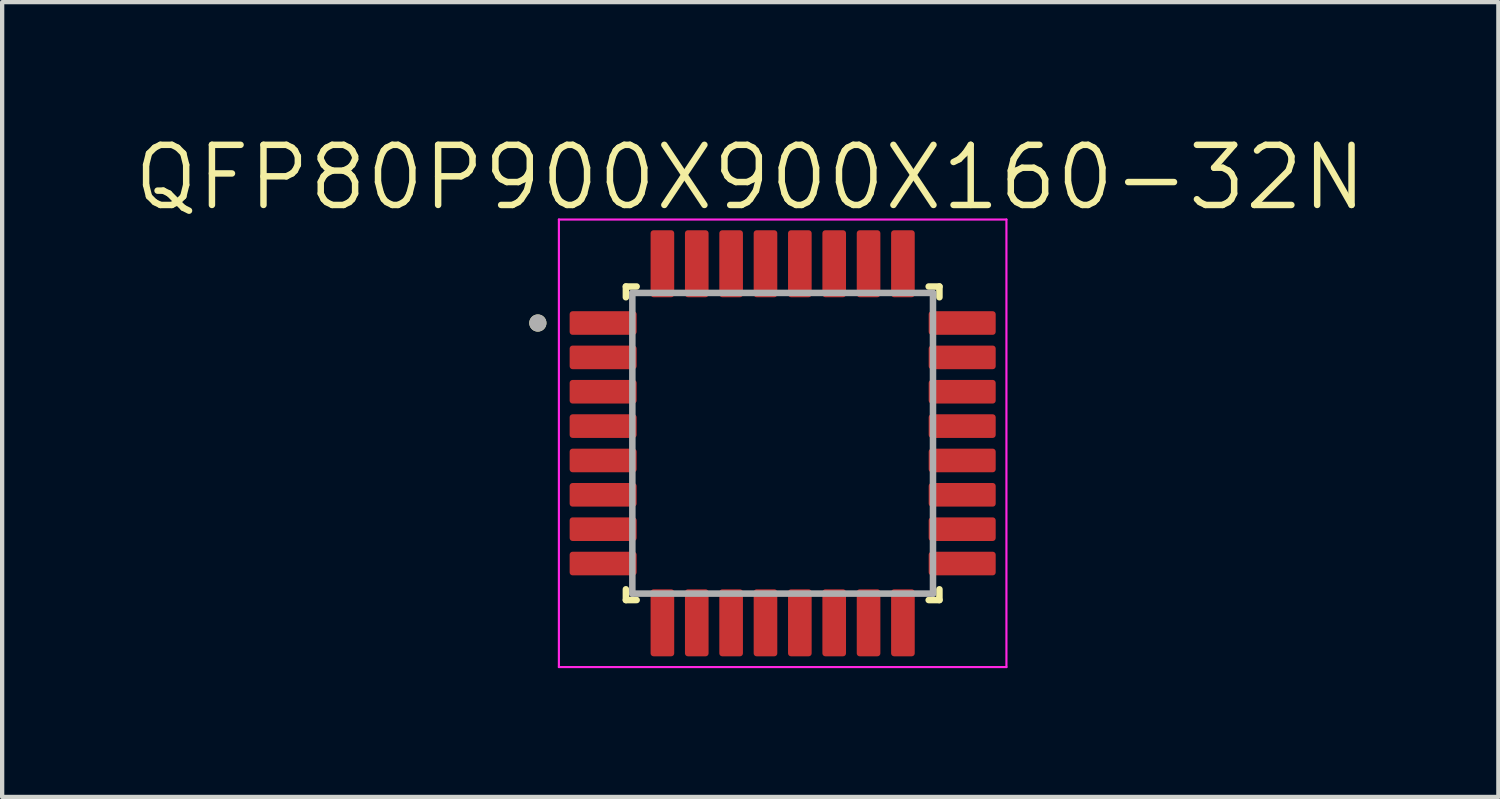
<source format=kicad_pcb>
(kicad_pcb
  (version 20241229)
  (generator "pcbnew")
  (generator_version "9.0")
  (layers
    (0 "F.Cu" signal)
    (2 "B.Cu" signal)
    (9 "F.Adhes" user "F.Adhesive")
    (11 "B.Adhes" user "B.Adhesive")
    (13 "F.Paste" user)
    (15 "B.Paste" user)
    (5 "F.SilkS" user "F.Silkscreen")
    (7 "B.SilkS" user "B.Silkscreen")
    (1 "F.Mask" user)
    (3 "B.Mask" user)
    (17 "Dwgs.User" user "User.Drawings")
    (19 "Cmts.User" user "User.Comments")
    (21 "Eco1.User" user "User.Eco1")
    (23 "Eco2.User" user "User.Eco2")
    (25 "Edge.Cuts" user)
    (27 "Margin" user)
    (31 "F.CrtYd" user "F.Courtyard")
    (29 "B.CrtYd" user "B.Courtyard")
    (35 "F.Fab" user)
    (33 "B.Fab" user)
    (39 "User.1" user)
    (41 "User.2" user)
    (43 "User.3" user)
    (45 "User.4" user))
  (footprint "QFP80P900X900X160-32N"
    (layer "F.Cu")
    (at 15.173 7.271)
    (property "Reference" "QFP80P900X900X160-32N" (at -0.755 -6.189 0) (layer "F.SilkS") (effects (font (size 1.4 1.4) (thickness 0.15))))
    (attr smd)
    (fp_line (start -3.65 -3.65) (end -3.4 -3.65) (stroke (width 0.152) (type solid)) (layer "F.SilkS"))
    (fp_line (start -3.65 -3.4) (end -3.65 -3.65) (stroke (width 0.152) (type solid)) (layer "F.SilkS"))
    (fp_line (start -3.65 3.65) (end -3.65 3.4) (stroke (width 0.152) (type solid)) (layer "F.SilkS"))
    (fp_line (start -3.4 3.65) (end -3.65 3.65) (stroke (width 0.152) (type solid)) (layer "F.SilkS"))
    (fp_line (start 3.4 -3.65) (end 3.65 -3.65) (stroke (width 0.152) (type solid)) (layer "F.SilkS"))
    (fp_line (start 3.65 -3.65) (end 3.65 -3.4) (stroke (width 0.152) (type solid)) (layer "F.SilkS"))
    (fp_line (start 3.65 3.4) (end 3.65 3.65) (stroke (width 0.152) (type solid)) (layer "F.SilkS"))
    (fp_line (start 3.65 3.65) (end 3.4 3.65) (stroke (width 0.152) (type solid)) (layer "F.SilkS"))
    (fp_circle (center -5.7 -2.8) (end -5.6 -2.8) (stroke (width 0.2) (type solid)) (fill no) (layer "F.SilkS"))
    (fp_line (start -5.21 -5.21) (end -5.21 5.21) (stroke (width 0.05) (type solid)) (layer "F.CrtYd"))
    (fp_line (start -5.21 5.21) (end 5.21 5.21) (stroke (width 0.05) (type solid)) (layer "F.CrtYd"))
    (fp_line (start 5.21 -5.21) (end -5.21 -5.21) (stroke (width 0.05) (type solid)) (layer "F.CrtYd"))
    (fp_line (start 5.21 5.21) (end 5.21 -5.21) (stroke (width 0.05) (type solid)) (layer "F.CrtYd"))
    (fp_line (start -3.5 -3.5) (end -3.5 3.5) (stroke (width 0.152) (type solid)) (layer "F.Fab"))
    (fp_line (start -3.5 3.5) (end 3.5 3.5) (stroke (width 0.152) (type solid)) (layer "F.Fab"))
    (fp_line (start 3.5 -3.5) (end -3.5 -3.5) (stroke (width 0.152) (type solid)) (layer "F.Fab"))
    (fp_line (start 3.5 3.5) (end 3.5 -3.5) (stroke (width 0.152) (type solid)) (layer "F.Fab"))
    (fp_circle (center -5.7 -2.8) (end -5.6 -2.8) (stroke (width 0.2) (type solid)) (fill no) (layer "F.Fab"))
    (pad "1" smd roundrect (at -4.18 -2.8) (size 1.56 0.55) (layers "F.Cu" "F.Mask" "F.Paste") (roundrect_rratio 0.125))
    (pad "2" smd roundrect (at -4.18 -2) (size 1.56 0.55) (layers "F.Cu" "F.Mask" "F.Paste") (roundrect_rratio 0.125))
    (pad "3" smd roundrect (at -4.18 -1.2) (size 1.56 0.55) (layers "F.Cu" "F.Mask" "F.Paste") (roundrect_rratio 0.125))
    (pad "4" smd roundrect (at -4.18 -0.4) (size 1.56 0.55) (layers "F.Cu" "F.Mask" "F.Paste") (roundrect_rratio 0.125))
    (pad "5" smd roundrect (at -4.18 0.4) (size 1.56 0.55) (layers "F.Cu" "F.Mask" "F.Paste") (roundrect_rratio 0.125))
    (pad "6" smd roundrect (at -4.18 1.2) (size 1.56 0.55) (layers "F.Cu" "F.Mask" "F.Paste") (roundrect_rratio 0.125))
    (pad "7" smd roundrect (at -4.18 2) (size 1.56 0.55) (layers "F.Cu" "F.Mask" "F.Paste") (roundrect_rratio 0.125))
    (pad "8" smd roundrect (at -4.18 2.8) (size 1.56 0.55) (layers "F.Cu" "F.Mask" "F.Paste") (roundrect_rratio 0.125))
    (pad "9" smd roundrect (at -2.8 4.18) (size 0.55 1.56) (layers "F.Cu" "F.Mask" "F.Paste") (roundrect_rratio 0.125))
    (pad "10" smd roundrect (at -2 4.18) (size 0.55 1.56) (layers "F.Cu" "F.Mask" "F.Paste") (roundrect_rratio 0.125))
    (pad "11" smd roundrect (at -1.2 4.18) (size 0.55 1.56) (layers "F.Cu" "F.Mask" "F.Paste") (roundrect_rratio 0.125))
    (pad "12" smd roundrect (at -0.4 4.18) (size 0.55 1.56) (layers "F.Cu" "F.Mask" "F.Paste") (roundrect_rratio 0.125))
    (pad "13" smd roundrect (at 0.4 4.18) (size 0.55 1.56) (layers "F.Cu" "F.Mask" "F.Paste") (roundrect_rratio 0.125))
    (pad "14" smd roundrect (at 1.2 4.18) (size 0.55 1.56) (layers "F.Cu" "F.Mask" "F.Paste") (roundrect_rratio 0.125))
    (pad "15" smd roundrect (at 2 4.18) (size 0.55 1.56) (layers "F.Cu" "F.Mask" "F.Paste") (roundrect_rratio 0.125))
    (pad "16" smd roundrect (at 2.8 4.18) (size 0.55 1.56) (layers "F.Cu" "F.Mask" "F.Paste") (roundrect_rratio 0.125))
    (pad "17" smd roundrect (at 4.18 2.8) (size 1.56 0.55) (layers "F.Cu" "F.Mask" "F.Paste") (roundrect_rratio 0.125))
    (pad "18" smd roundrect (at 4.18 2) (size 1.56 0.55) (layers "F.Cu" "F.Mask" "F.Paste") (roundrect_rratio 0.125))
    (pad "19" smd roundrect (at 4.18 1.2) (size 1.56 0.55) (layers "F.Cu" "F.Mask" "F.Paste") (roundrect_rratio 0.125))
    (pad "20" smd roundrect (at 4.18 0.4) (size 1.56 0.55) (layers "F.Cu" "F.Mask" "F.Paste") (roundrect_rratio 0.125))
    (pad "21" smd roundrect (at 4.18 -0.4) (size 1.56 0.55) (layers "F.Cu" "F.Mask" "F.Paste") (roundrect_rratio 0.125))
    (pad "22" smd roundrect (at 4.18 -1.2) (size 1.56 0.55) (layers "F.Cu" "F.Mask" "F.Paste") (roundrect_rratio 0.125))
    (pad "23" smd roundrect (at 4.18 -2) (size 1.56 0.55) (layers "F.Cu" "F.Mask" "F.Paste") (roundrect_rratio 0.125))
    (pad "24" smd roundrect (at 4.18 -2.8) (size 1.56 0.55) (layers "F.Cu" "F.Mask" "F.Paste") (roundrect_rratio 0.125))
    (pad "25" smd roundrect (at 2.8 -4.18) (size 0.55 1.56) (layers "F.Cu" "F.Mask" "F.Paste") (roundrect_rratio 0.125))
    (pad "26" smd roundrect (at 2 -4.18) (size 0.55 1.56) (layers "F.Cu" "F.Mask" "F.Paste") (roundrect_rratio 0.125))
    (pad "27" smd roundrect (at 1.2 -4.18) (size 0.55 1.56) (layers "F.Cu" "F.Mask" "F.Paste") (roundrect_rratio 0.125))
    (pad "28" smd roundrect (at 0.4 -4.18) (size 0.55 1.56) (layers "F.Cu" "F.Mask" "F.Paste") (roundrect_rratio 0.125))
    (pad "29" smd roundrect (at -0.4 -4.18) (size 0.55 1.56) (layers "F.Cu" "F.Mask" "F.Paste") (roundrect_rratio 0.125))
    (pad "30" smd roundrect (at -1.2 -4.18) (size 0.55 1.56) (layers "F.Cu" "F.Mask" "F.Paste") (roundrect_rratio 0.125))
    (pad "31" smd roundrect (at -2 -4.18) (size 0.55 1.56) (layers "F.Cu" "F.Mask" "F.Paste") (roundrect_rratio 0.125))
    (pad "32" smd roundrect (at -2.8 -4.18) (size 0.55 1.56) (layers "F.Cu" "F.Mask" "F.Paste") (roundrect_rratio 0.125)))
  (gr_rect
    (start -3 -3)
    (end 31.837 15.506)
    (stroke (width 0.1) (type default))
    (fill no)
    (layer "Edge.Cuts")))
</source>
